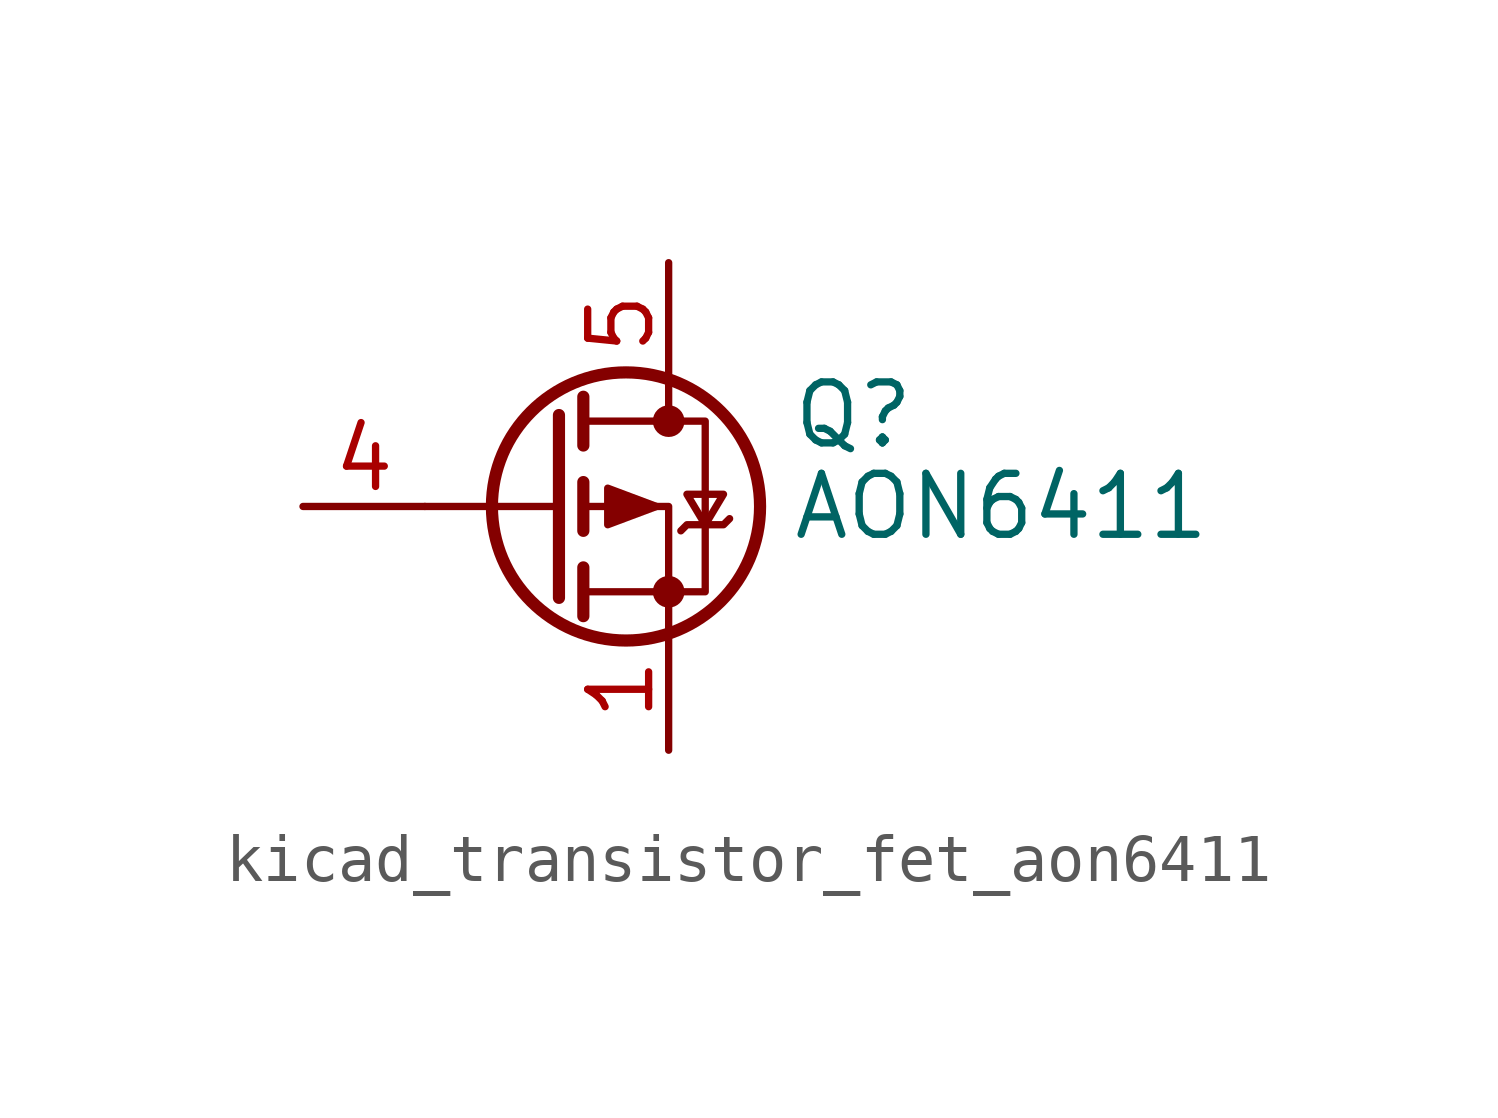
<source format=kicad_sym>
(kicad_symbol_lib
  (version 20220914)
  (generator kicad_symbol_editor)
  (symbol "kicad_transistor_fet_aon6411"
    (pin_names hide)
    (property "Reference" "Q"
      (at 5.08 1.905 0)
      (effects (font (size 1.27 1.27)) (justify left)))
    (property "Value" "AON6411"
      (at 5.08 0 0)
      (effects (font (size 1.27 1.27)) (justify left)))
    (symbol "kicad_transistor_fet_aon6411_0_1"
      (polyline (pts (xy 0.254 0) (xy -2.54 0)) (stroke (width 0) (type default)) (fill (type none)))
      (polyline (pts (xy 0.254 1.905) (xy 0.254 -1.905)) (stroke (width 0.254) (type default)) (fill (type none)))
      (polyline (pts (xy 0.762 -1.27) (xy 0.762 -2.286)) (stroke (width 0.254) (type default)) (fill (type none)))
      (polyline (pts (xy 0.762 0.508) (xy 0.762 -0.508)) (stroke (width 0.254) (type default)) (fill (type none)))
      (polyline (pts (xy 0.762 2.286) (xy 0.762 1.27)) (stroke (width 0.254) (type default)) (fill (type none)))
      (polyline (pts (xy 2.54 2.54) (xy 2.54 1.778)) (stroke (width 0) (type default)) (fill (type none)))
      (polyline (pts (xy 2.54 -2.54) (xy 2.54 0) (xy 0.762 0)) (stroke (width 0) (type default)) (fill (type none)))
      (polyline (pts (xy 0.762 1.778) (xy 3.302 1.778) (xy 3.302 -1.778) (xy 0.762 -1.778)) (stroke (width 0) (type default)) (fill (type none)))
      (polyline (pts (xy 2.286 0) (xy 1.27 0.381) (xy 1.27 -0.381) (xy 2.286 0)) (stroke (width 0) (type default)) (fill (type outline)))
      (polyline (pts (xy 2.794 -0.508) (xy 2.921 -0.381) (xy 3.683 -0.381) (xy 3.81 -0.254)) (stroke (width 0) (type default)) (fill (type none)))
      (polyline (pts (xy 3.302 -0.381) (xy 2.921 0.254) (xy 3.683 0.254) (xy 3.302 -0.381)) (stroke (width 0) (type default)) (fill (type none)))
      (circle (center 1.651 0) (radius 2.794) (stroke (width 0.254) (type default)) (fill (type none)))
      (circle (center 2.54 -1.778) (radius 0.254) (stroke (width 0) (type default)) (fill (type outline)))
      (circle (center 2.54 1.778) (radius 0.254) (stroke (width 0) (type default)) (fill (type outline))))
    (symbol "kicad_transistor_fet_aon6411_1_1"
      (pin passive line (at 2.54 -5.08 90) (length 2.54) (name "S" (effects (font (size 1.27 1.27)))) (number "1" (effects (font (size 1.27 1.27)))))
      (pin passive line (at 2.54 -5.08 90) (length 2.54) hide (name "S" (effects (font (size 1.27 1.27)))) (number "2" (effects (font (size 1.27 1.27)))))
      (pin passive line (at 2.54 -5.08 90) (length 2.54) hide (name "S" (effects (font (size 1.27 1.27)))) (number "3" (effects (font (size 1.27 1.27)))))
      (pin input line (at -5.08 0 0) (length 2.54) (name "G" (effects (font (size 1.27 1.27)))) (number "4" (effects (font (size 1.27 1.27)))))
      (pin passive line (at 2.54 5.08 270) (length 2.54) (name "D" (effects (font (size 1.27 1.27)))) (number "5" (effects (font (size 1.27 1.27))))))))
</source>
